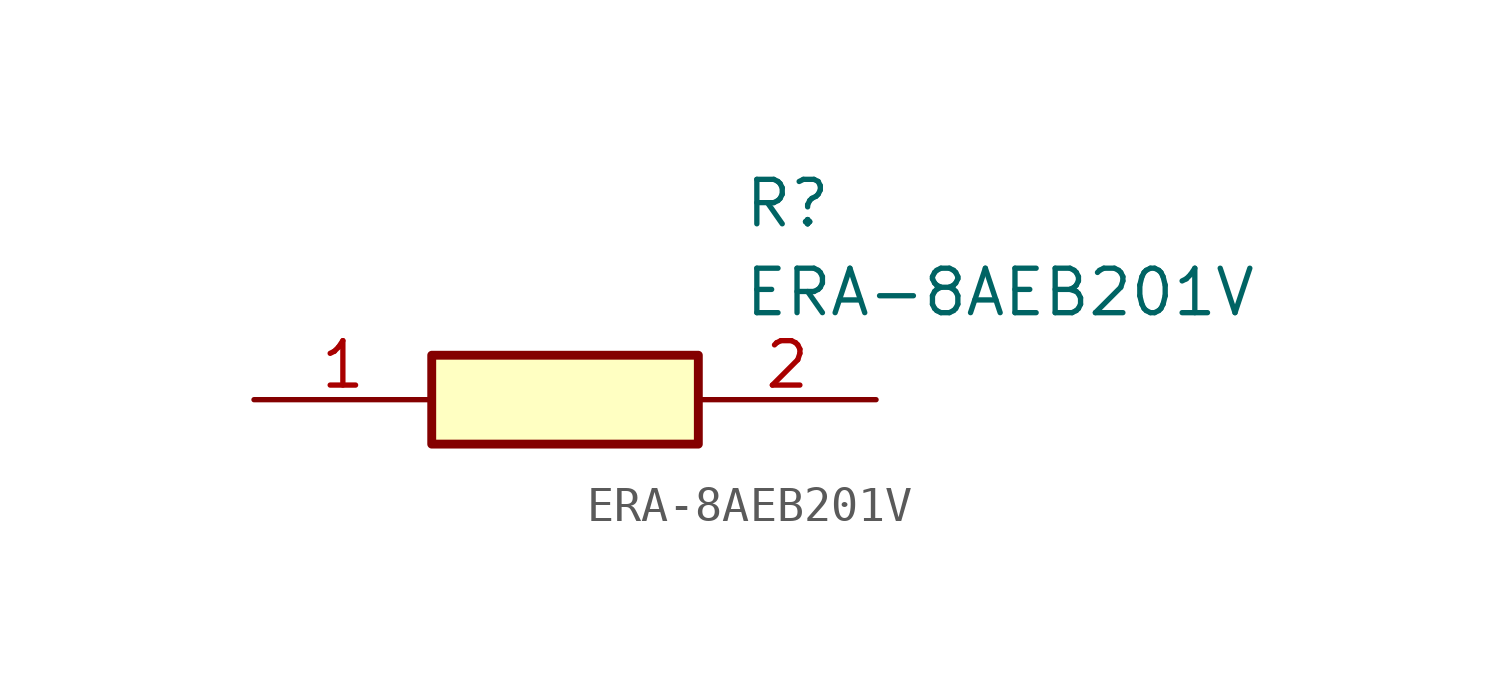
<source format=kicad_sym>
(kicad_symbol_lib
  (version 20211014)
  (generator SamacSys_ECAD_Model)
  (symbol "ERA-8AEB201V"
    (pin_names hide)
    (property "Reference" "R"
      (at 13.97 6.35 0)
      (effects (font (size 1.27 1.27)) (justify left top)))
    (property "Value" "ERA-8AEB201V"
      (at 13.97 3.81 0)
      (effects (font (size 1.27 1.27)) (justify left top)))
    (rectangle
      (start 5.08 1.27)
      (end 12.7 -1.27)
      (stroke (width 0.254) (type default))
      (fill (type background)))
    (pin passive line
      (at 0 0 0)
      (length 5.08)
      (name "1" (effects (font (size 1.27 1.27))))
      (number "1" (effects (font (size 1.27 1.27)))))
    (pin passive line
      (at 17.78 0 180)
      (length 5.08)
      (name "2" (effects (font (size 1.27 1.27))))
      (number "2" (effects (font (size 1.27 1.27)))))))
</source>
